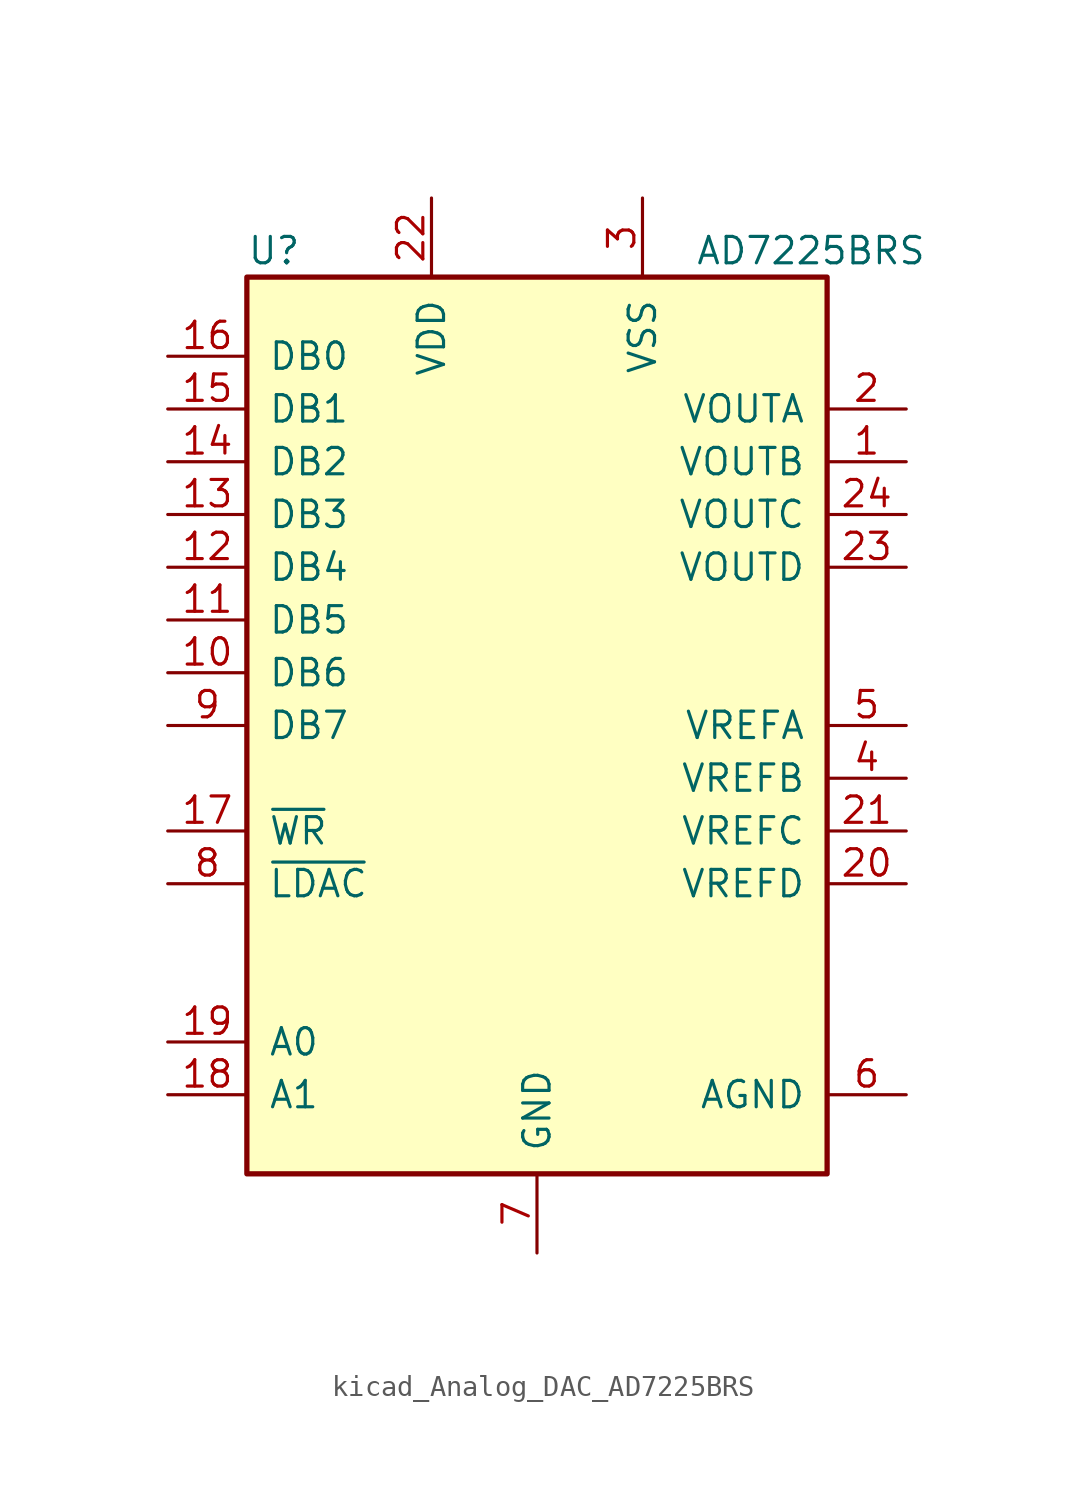
<source format=kicad_sym>
(kicad_symbol_lib
  (version 20220914)
  (generator kicad_symbol_editor)
  (symbol "kicad_Analog_DAC_AD7225BRS"
    (pin_names
      (offset 1.016))
    (property "Reference" "U"
      (at -13.97 22.86 0)
      (effects (font (size 1.27 1.27)) (justify left)))
    (property "Value" "AD7225BRS"
      (at 7.62 22.86 0)
      (effects (font (size 1.27 1.27)) (justify left)))
    (symbol "kicad_Analog_DAC_AD7225BRS_0_1"
      (rectangle (start -13.97 -21.59) (end 13.97 21.59) (stroke (width 0.254) (type default)) (fill (type background))))
    (symbol "kicad_Analog_DAC_AD7225BRS_1_1"
      (pin output line (at 17.78 12.7 180) (length 3.81) (name "VOUTB" (effects (font (size 1.27 1.27)))) (number "1" (effects (font (size 1.27 1.27)))))
      (pin input line (at -17.78 2.54 0) (length 3.81) (name "DB6" (effects (font (size 1.27 1.27)))) (number "10" (effects (font (size 1.27 1.27)))))
      (pin input line (at -17.78 5.08 0) (length 3.81) (name "DB5" (effects (font (size 1.27 1.27)))) (number "11" (effects (font (size 1.27 1.27)))))
      (pin input line (at -17.78 7.62 0) (length 3.81) (name "DB4" (effects (font (size 1.27 1.27)))) (number "12" (effects (font (size 1.27 1.27)))))
      (pin input line (at -17.78 10.16 0) (length 3.81) (name "DB3" (effects (font (size 1.27 1.27)))) (number "13" (effects (font (size 1.27 1.27)))))
      (pin input line (at -17.78 12.7 0) (length 3.81) (name "DB2" (effects (font (size 1.27 1.27)))) (number "14" (effects (font (size 1.27 1.27)))))
      (pin input line (at -17.78 15.24 0) (length 3.81) (name "DB1" (effects (font (size 1.27 1.27)))) (number "15" (effects (font (size 1.27 1.27)))))
      (pin input line (at -17.78 17.78 0) (length 3.81) (name "DB0" (effects (font (size 1.27 1.27)))) (number "16" (effects (font (size 1.27 1.27)))))
      (pin input line (at -17.78 -5.08 0) (length 3.81) (name "~{WR}" (effects (font (size 1.27 1.27)))) (number "17" (effects (font (size 1.27 1.27)))))
      (pin input line (at -17.78 -17.78 0) (length 3.81) (name "A1" (effects (font (size 1.27 1.27)))) (number "18" (effects (font (size 1.27 1.27)))))
      (pin input line (at -17.78 -15.24 0) (length 3.81) (name "A0" (effects (font (size 1.27 1.27)))) (number "19" (effects (font (size 1.27 1.27)))))
      (pin output line (at 17.78 15.24 180) (length 3.81) (name "VOUTA" (effects (font (size 1.27 1.27)))) (number "2" (effects (font (size 1.27 1.27)))))
      (pin input line (at 17.78 -7.62 180) (length 3.81) (name "VREFD" (effects (font (size 1.27 1.27)))) (number "20" (effects (font (size 1.27 1.27)))))
      (pin input line (at 17.78 -5.08 180) (length 3.81) (name "VREFC" (effects (font (size 1.27 1.27)))) (number "21" (effects (font (size 1.27 1.27)))))
      (pin power_in line (at -5.08 25.4 270) (length 3.81) (name "VDD" (effects (font (size 1.27 1.27)))) (number "22" (effects (font (size 1.27 1.27)))))
      (pin output line (at 17.78 7.62 180) (length 3.81) (name "VOUTD" (effects (font (size 1.27 1.27)))) (number "23" (effects (font (size 1.27 1.27)))))
      (pin output line (at 17.78 10.16 180) (length 3.81) (name "VOUTC" (effects (font (size 1.27 1.27)))) (number "24" (effects (font (size 1.27 1.27)))))
      (pin power_in line (at 5.08 25.4 270) (length 3.81) (name "VSS" (effects (font (size 1.27 1.27)))) (number "3" (effects (font (size 1.27 1.27)))))
      (pin input line (at 17.78 -2.54 180) (length 3.81) (name "VREFB" (effects (font (size 1.27 1.27)))) (number "4" (effects (font (size 1.27 1.27)))))
      (pin input line (at 17.78 0 180) (length 3.81) (name "VREFA" (effects (font (size 1.27 1.27)))) (number "5" (effects (font (size 1.27 1.27)))))
      (pin input line (at 17.78 -17.78 180) (length 3.81) (name "AGND" (effects (font (size 1.27 1.27)))) (number "6" (effects (font (size 1.27 1.27)))))
      (pin power_in line (at 0 -25.4 90) (length 3.81) (name "GND" (effects (font (size 1.27 1.27)))) (number "7" (effects (font (size 1.27 1.27)))))
      (pin input line (at -17.78 -7.62 0) (length 3.81) (name "~{LDAC}" (effects (font (size 1.27 1.27)))) (number "8" (effects (font (size 1.27 1.27)))))
      (pin input line (at -17.78 0 0) (length 3.81) (name "DB7" (effects (font (size 1.27 1.27)))) (number "9" (effects (font (size 1.27 1.27))))))))
</source>
